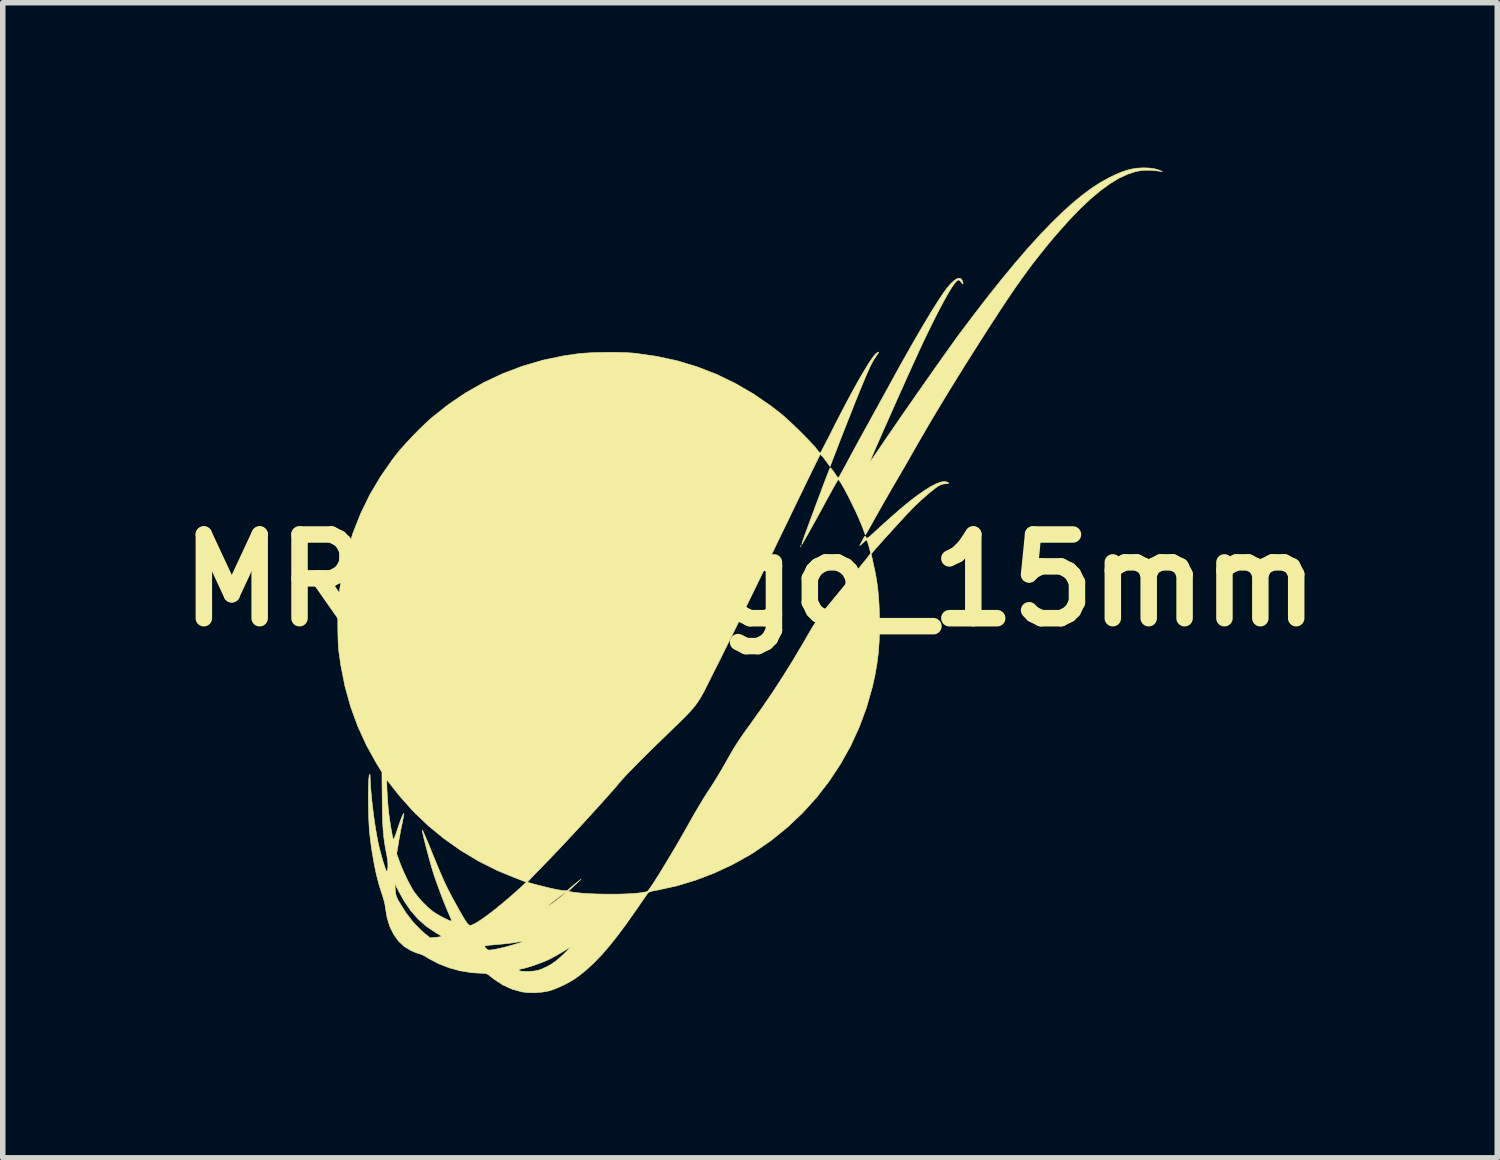
<source format=kicad_pcb>
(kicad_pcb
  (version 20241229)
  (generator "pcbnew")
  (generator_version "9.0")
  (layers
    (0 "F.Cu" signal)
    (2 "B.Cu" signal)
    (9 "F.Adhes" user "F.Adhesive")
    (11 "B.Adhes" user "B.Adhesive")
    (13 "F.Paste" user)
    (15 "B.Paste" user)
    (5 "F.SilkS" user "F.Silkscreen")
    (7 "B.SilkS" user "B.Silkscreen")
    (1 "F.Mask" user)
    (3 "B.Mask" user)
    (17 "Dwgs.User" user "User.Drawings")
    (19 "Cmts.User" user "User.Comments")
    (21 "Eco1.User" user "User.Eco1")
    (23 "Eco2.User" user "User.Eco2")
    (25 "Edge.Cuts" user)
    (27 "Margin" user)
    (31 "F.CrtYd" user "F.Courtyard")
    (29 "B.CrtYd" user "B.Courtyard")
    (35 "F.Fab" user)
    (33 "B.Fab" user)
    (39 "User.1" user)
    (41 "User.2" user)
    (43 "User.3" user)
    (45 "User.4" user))
  (footprint "MRDT_Logo_15mm"
    (layer "F.Cu")
    (at 10.603 7.514)
    (property "Reference" "MRDT_Logo_15mm" (at 0 0 0) (layer "F.SilkS") (effects (font (size 1.524 1.524) (thickness 0.3))))
    (attr through_hole)
    (fp_poly (pts (xy 0.932 -0.624) (xy 0.924 -0.616) (xy 0.917 -0.624) (xy 0.924 -0.631) (xy 0.932 -0.624)) (stroke (width 0.01) (type solid)) (fill yes) (layer "F.SilkS"))
    (fp_poly (pts (xy 7.268 -7.505) (xy 7.366 -7.491) (xy 7.446 -7.468) (xy 7.458 -7.462) (xy 7.507 -7.44) (xy 7.462 -7.447) (xy 7.305 -7.465) (xy 7.158 -7.464) (xy 7.028 -7.444) (xy 7.023 -7.442) (xy 6.871 -7.392) (xy 6.712 -7.318) (xy 6.547 -7.217) (xy 6.374 -7.091) (xy 6.194 -6.939) (xy 6.004 -6.76) (xy 5.806 -6.554) (xy 5.598 -6.321) (xy 5.494 -6.199) (xy 5.398 -6.083) (xy 5.307 -5.969) (xy 5.218 -5.857) (xy 5.13 -5.744) (xy 5.043 -5.627) (xy 4.954 -5.504) (xy 4.862 -5.375) (xy 4.766 -5.235) (xy 4.664 -5.084) (xy 4.555 -4.919) (xy 4.437 -4.738) (xy 4.309 -4.54) (xy 4.169 -4.321) (xy 4.017 -4.081) (xy 3.889 -3.878) (xy 3.597 -3.407) (xy 3.316 -2.94) (xy 3.05 -2.484) (xy 2.984 -2.367) (xy 2.923 -2.261) (xy 2.854 -2.14) (xy 2.78 -2.012) (xy 2.708 -1.888) (xy 2.645 -1.78) (xy 2.582 -1.673) (xy 2.514 -1.554) (xy 2.444 -1.433) (xy 2.379 -1.318) (xy 2.324 -1.22) (xy 2.322 -1.217) (xy 2.274 -1.132) (xy 2.229 -1.051) (xy 2.19 -0.98) (xy 2.158 -0.925) (xy 2.139 -0.891) (xy 2.138 -0.889) (xy 2.1 -0.825) (xy 2.042 -0.98) (xy 2.011 -1.056) (xy 1.973 -1.144) (xy 1.93 -1.24) (xy 1.882 -1.34) (xy 1.833 -1.44) (xy 1.785 -1.536) (xy 1.738 -1.625) (xy 1.695 -1.702) (xy 1.659 -1.765) (xy 1.63 -1.81) (xy 1.611 -1.832) (xy 1.606 -1.834) (xy 1.596 -1.821) (xy 1.575 -1.786) (xy 1.544 -1.733) (xy 1.507 -1.667) (xy 1.473 -1.604) (xy 1.417 -1.503) (xy 1.358 -1.395) (xy 1.297 -1.283) (xy 1.236 -1.171) (xy 1.176 -1.063) (xy 1.119 -0.96) (xy 1.067 -0.867) (xy 1.022 -0.787) (xy 0.985 -0.723) (xy 0.959 -0.678) (xy 0.945 -0.655) (xy 0.944 -0.654) (xy 0.943 -0.66) (xy 0.951 -0.69) (xy 0.966 -0.738) (xy 0.982 -0.782) (xy 1.019 -0.885) (xy 1.061 -0.999) (xy 1.106 -1.121) (xy 1.153 -1.247) (xy 1.2 -1.374) (xy 1.247 -1.499) (xy 1.292 -1.618) (xy 1.333 -1.73) (xy 1.371 -1.829) (xy 1.404 -1.914) (xy 1.429 -1.981) (xy 1.448 -2.026) (xy 1.457 -2.047) (xy 1.457 -2.049) (xy 1.47 -2.043) (xy 1.494 -2.016) (xy 1.524 -1.975) (xy 1.533 -1.962) (xy 1.564 -1.916) (xy 1.589 -1.881) (xy 1.605 -1.865) (xy 1.606 -1.864) (xy 1.616 -1.877) (xy 1.637 -1.912) (xy 1.668 -1.967) (xy 1.707 -2.037) (xy 1.751 -2.118) (xy 1.773 -2.16) (xy 1.826 -2.258) (xy 1.889 -2.375) (xy 1.958 -2.502) (xy 2.029 -2.632) (xy 2.098 -2.757) (xy 2.14 -2.832) (xy 2.2 -2.942) (xy 2.271 -3.071) (xy 2.349 -3.212) (xy 2.43 -3.359) (xy 2.51 -3.505) (xy 2.585 -3.642) (xy 2.611 -3.69) (xy 2.733 -3.911) (xy 2.853 -4.124) (xy 2.969 -4.328) (xy 3.08 -4.521) (xy 3.186 -4.699) (xy 3.284 -4.862) (xy 3.373 -5.006) (xy 3.452 -5.129) (xy 3.521 -5.231) (xy 3.572 -5.302) (xy 3.644 -5.389) (xy 3.709 -5.451) (xy 3.764 -5.489) (xy 3.81 -5.501) (xy 3.844 -5.486) (xy 3.86 -5.463) (xy 3.875 -5.422) (xy 3.878 -5.399) (xy 3.869 -5.396) (xy 3.851 -5.417) (xy 3.847 -5.423) (xy 3.818 -5.458) (xy 3.791 -5.468) (xy 3.791 -5.468) (xy 3.763 -5.45) (xy 3.723 -5.405) (xy 3.674 -5.334) (xy 3.614 -5.237) (xy 3.546 -5.116) (xy 3.468 -4.972) (xy 3.381 -4.804) (xy 3.287 -4.615) (xy 3.185 -4.405) (xy 3.149 -4.329) (xy 3.113 -4.252) (xy 3.069 -4.158) (xy 3.019 -4.047) (xy 2.962 -3.924) (xy 2.902 -3.789) (xy 2.837 -3.647) (xy 2.771 -3.498) (xy 2.702 -3.346) (xy 2.634 -3.193) (xy 2.567 -3.042) (xy 2.502 -2.895) (xy 2.439 -2.754) (xy 2.381 -2.622) (xy 2.329 -2.502) (xy 2.282 -2.396) (xy 2.244 -2.306) (xy 2.213 -2.235) (xy 2.193 -2.185) (xy 2.183 -2.159) (xy 2.182 -2.156) (xy 2.192 -2.167) (xy 2.215 -2.199) (xy 2.251 -2.25) (xy 2.296 -2.316) (xy 2.349 -2.393) (xy 2.39 -2.454) (xy 2.458 -2.554) (xy 2.539 -2.672) (xy 2.63 -2.805) (xy 2.729 -2.949) (xy 2.835 -3.102) (xy 2.946 -3.261) (xy 3.058 -3.422) (xy 3.171 -3.583) (xy 3.282 -3.741) (xy 3.388 -3.893) (xy 3.489 -4.035) (xy 3.582 -4.166) (xy 3.665 -4.282) (xy 3.735 -4.38) (xy 3.791 -4.457) (xy 3.807 -4.479) (xy 4.082 -4.844) (xy 4.343 -5.182) (xy 4.593 -5.495) (xy 4.831 -5.782) (xy 5.058 -6.045) (xy 5.274 -6.284) (xy 5.481 -6.499) (xy 5.678 -6.692) (xy 5.866 -6.862) (xy 6.047 -7.011) (xy 6.219 -7.139) (xy 6.385 -7.246) (xy 6.544 -7.333) (xy 6.545 -7.334) (xy 6.664 -7.391) (xy 6.765 -7.433) (xy 6.856 -7.464) (xy 6.944 -7.486) (xy 7.036 -7.501) (xy 7.052 -7.503) (xy 7.16 -7.509) (xy 7.268 -7.505)) (stroke (width 0.01) (type solid)) (fill yes) (layer "F.SilkS"))
    (fp_poly (pts (xy 2.342 -4.154) (xy 2.334 -4.136) (xy 2.308 -4.098) (xy 2.294 -4.077) (xy 2.266 -4.036) (xy 2.239 -3.992) (xy 2.211 -3.94) (xy 2.18 -3.877) (xy 2.145 -3.799) (xy 2.103 -3.703) (xy 2.054 -3.585) (xy 2.01 -3.479) (xy 1.973 -3.387) (xy 1.926 -3.272) (xy 1.873 -3.139) (xy 1.816 -2.993) (xy 1.755 -2.84) (xy 1.694 -2.684) (xy 1.634 -2.531) (xy 1.578 -2.385) (xy 1.526 -2.252) (xy 1.482 -2.137) (xy 1.474 -2.114) (xy 1.457 -2.071) (xy 1.373 -2.186) (xy 1.336 -2.235) (xy 1.304 -2.27) (xy 1.283 -2.289) (xy 1.277 -2.289) (xy 1.269 -2.274) (xy 1.248 -2.234) (xy 1.217 -2.171) (xy 1.176 -2.088) (xy 1.127 -1.987) (xy 1.07 -1.871) (xy 1.007 -1.741) (xy 0.939 -1.6) (xy 0.866 -1.45) (xy 0.837 -1.39) (xy 0.671 -1.045) (xy 0.516 -0.726) (xy 0.373 -0.43) (xy 0.239 -0.155) (xy 0.115 0.1) (xy -0.000408 0.337) (xy -0.109 0.558) (xy -0.21 0.765) (xy -0.306 0.96) (xy -0.398 1.144) (xy -0.485 1.32) (xy -0.57 1.49) (xy -0.618 1.586) (xy -0.684 1.716) (xy -0.74 1.829) (xy -0.788 1.925) (xy -0.83 2.009) (xy -0.87 2.082) (xy -0.907 2.146) (xy -0.945 2.206) (xy -0.985 2.262) (xy -1.03 2.318) (xy -1.08 2.377) (xy -1.14 2.44) (xy -1.209 2.511) (xy -1.291 2.592) (xy -1.387 2.685) (xy -1.499 2.794) (xy -1.63 2.921) (xy -1.691 2.98) (xy -1.801 3.087) (xy -1.908 3.194) (xy -2.011 3.296) (xy -2.105 3.392) (xy -2.189 3.477) (xy -2.259 3.55) (xy -2.312 3.608) (xy -2.344 3.643) (xy -2.428 3.743) (xy -2.531 3.861) (xy -2.649 3.994) (xy -2.779 4.138) (xy -2.918 4.291) (xy -3.063 4.449) (xy -3.211 4.609) (xy -3.358 4.767) (xy -3.503 4.921) (xy -3.642 5.066) (xy -3.772 5.2) (xy -3.793 5.222) (xy -3.865 5.296) (xy -3.929 5.362) (xy -3.983 5.418) (xy -4.023 5.46) (xy -4.048 5.487) (xy -4.054 5.494) (xy -4.035 5.501) (xy -3.993 5.513) (xy -3.934 5.529) (xy -3.863 5.547) (xy -3.786 5.567) (xy -3.709 5.586) (xy -3.638 5.603) (xy -3.579 5.616) (xy -3.557 5.621) (xy -3.46 5.639) (xy -3.39 5.649) (xy -3.344 5.65) (xy -3.319 5.643) (xy -3.316 5.639) (xy -3.301 5.625) (xy -3.269 5.596) (xy -3.224 5.559) (xy -3.191 5.532) (xy -3.074 5.438) (xy -3.192 5.55) (xy -3.311 5.662) (xy -3.26 5.671) (xy -3.169 5.684) (xy -3.061 5.695) (xy -2.939 5.703) (xy -2.807 5.709) (xy -2.67 5.712) (xy -2.531 5.713) (xy -2.394 5.712) (xy -2.264 5.708) (xy -2.145 5.702) (xy -2.041 5.694) (xy -1.956 5.683) (xy -1.894 5.671) (xy -1.867 5.661) (xy -1.85 5.643) (xy -1.82 5.602) (xy -1.778 5.54) (xy -1.726 5.46) (xy -1.665 5.364) (xy -1.598 5.255) (xy -1.526 5.137) (xy -1.45 5.01) (xy -1.372 4.879) (xy -1.294 4.746) (xy -1.218 4.613) (xy -1.144 4.483) (xy -1.104 4.411) (xy -1.041 4.299) (xy -0.973 4.182) (xy -0.904 4.066) (xy -0.839 3.959) (xy -0.78 3.866) (xy -0.743 3.81) (xy -0.688 3.725) (xy -0.623 3.622) (xy -0.555 3.51) (xy -0.488 3.396) (xy -0.427 3.288) (xy -0.421 3.277) (xy -0.346 3.145) (xy -0.273 3.023) (xy -0.195 2.903) (xy -0.109 2.777) (xy -0.009 2.639) (xy 0.203 2.342) (xy 0.404 2.049) (xy 0.597 1.752) (xy 0.789 1.444) (xy 0.982 1.118) (xy 1.072 0.962) (xy 1.126 0.869) (xy 1.176 0.789) (xy 1.224 0.715) (xy 1.277 0.642) (xy 1.338 0.562) (xy 1.412 0.47) (xy 1.465 0.406) (xy 1.538 0.317) (xy 1.61 0.229) (xy 1.678 0.147) (xy 1.737 0.074) (xy 1.784 0.017) (xy 1.803 -0.008) (xy 1.85 -0.065) (xy 1.909 -0.137) (xy 1.974 -0.215) (xy 2.037 -0.29) (xy 2.047 -0.302) (xy 2.098 -0.365) (xy 2.142 -0.419) (xy 2.174 -0.463) (xy 2.192 -0.49) (xy 2.194 -0.496) (xy 2.19 -0.519) (xy 2.18 -0.56) (xy 2.166 -0.61) (xy 2.151 -0.662) (xy 2.137 -0.705) (xy 2.127 -0.732) (xy 2.125 -0.736) (xy 2.112 -0.729) (xy 2.083 -0.707) (xy 2.048 -0.675) (xy 2.014 -0.644) (xy 1.998 -0.634) (xy 2.001 -0.645) (xy 2.002 -0.646) (xy 2.023 -0.683) (xy 2.048 -0.731) (xy 2.059 -0.751) (xy 2.079 -0.789) (xy 2.092 -0.804) (xy 2.102 -0.799) (xy 2.11 -0.784) (xy 2.118 -0.772) (xy 2.129 -0.768) (xy 2.145 -0.774) (xy 2.171 -0.793) (xy 2.211 -0.828) (xy 2.268 -0.88) (xy 2.278 -0.889) (xy 2.448 -1.044) (xy 2.599 -1.179) (xy 2.734 -1.296) (xy 2.856 -1.398) (xy 2.965 -1.485) (xy 3.065 -1.559) (xy 3.157 -1.623) (xy 3.164 -1.628) (xy 3.286 -1.704) (xy 3.391 -1.758) (xy 3.477 -1.79) (xy 3.545 -1.799) (xy 3.594 -1.787) (xy 3.6 -1.783) (xy 3.616 -1.768) (xy 3.613 -1.762) (xy 3.586 -1.759) (xy 3.561 -1.759) (xy 3.494 -1.749) (xy 3.428 -1.717) (xy 3.425 -1.715) (xy 3.372 -1.678) (xy 3.304 -1.624) (xy 3.226 -1.559) (xy 3.143 -1.486) (xy 3.062 -1.412) (xy 2.987 -1.34) (xy 2.931 -1.283) (xy 2.884 -1.234) (xy 2.826 -1.171) (xy 2.758 -1.097) (xy 2.683 -1.016) (xy 2.606 -0.931) (xy 2.529 -0.846) (xy 2.454 -0.764) (xy 2.386 -0.688) (xy 2.327 -0.622) (xy 2.28 -0.569) (xy 2.249 -0.533) (xy 2.239 -0.521) (xy 2.206 -0.479) (xy 2.246 -0.296) (xy 2.28 -0.137) (xy 2.306 0.009) (xy 2.325 0.149) (xy 2.339 0.293) (xy 2.349 0.449) (xy 2.355 0.626) (xy 2.355 0.648) (xy 2.357 0.892) (xy 2.351 1.115) (xy 2.335 1.325) (xy 2.309 1.528) (xy 2.273 1.734) (xy 2.225 1.948) (xy 2.121 2.314) (xy 1.989 2.67) (xy 1.832 3.013) (xy 1.648 3.342) (xy 1.441 3.656) (xy 1.21 3.954) (xy 0.957 4.234) (xy 0.682 4.494) (xy 0.388 4.733) (xy 0.075 4.949) (xy -0.017 5.006) (xy -0.329 5.179) (xy -0.655 5.33) (xy -0.99 5.458) (xy -1.33 5.561) (xy -1.67 5.636) (xy -1.706 5.642) (xy -1.785 5.658) (xy -1.836 5.675) (xy -1.86 5.692) (xy -1.874 5.712) (xy -1.902 5.752) (xy -1.942 5.81) (xy -1.991 5.881) (xy -2.047 5.963) (xy -2.092 6.027) (xy -2.257 6.261) (xy -2.412 6.469) (xy -2.559 6.654) (xy -2.699 6.816) (xy -2.835 6.957) (xy -2.968 7.081) (xy -3.1 7.188) (xy -3.199 7.259) (xy -3.287 7.312) (xy -3.388 7.365) (xy -3.492 7.413) (xy -3.591 7.452) (xy -3.668 7.476) (xy -3.791 7.497) (xy -3.925 7.507) (xy -4.055 7.504) (xy -4.151 7.492) (xy -4.329 7.443) (xy -4.5 7.365) (xy -4.663 7.258) (xy -4.719 7.213) (xy -4.763 7.179) (xy -4.798 7.161) (xy -4.839 7.155) (xy -4.867 7.154) (xy -5.069 7.142) (xy -5.273 7.108) (xy -5.322 7.095) (xy -4.211 7.095) (xy -4.19 7.108) (xy -4.171 7.114) (xy -4.142 7.117) (xy -4.093 7.119) (xy -4.032 7.119) (xy -4.013 7.118) (xy -3.925 7.112) (xy -3.853 7.097) (xy -3.791 7.076) (xy -3.689 7.029) (xy -3.598 6.976) (xy -3.51 6.911) (xy -3.416 6.827) (xy -3.383 6.795) (xy -3.334 6.746) (xy -3.297 6.708) (xy -3.276 6.684) (xy -3.273 6.677) (xy -3.276 6.679) (xy -3.432 6.775) (xy -3.566 6.852) (xy -3.68 6.91) (xy -3.686 6.913) (xy -3.766 6.947) (xy -3.859 6.982) (xy -3.955 7.016) (xy -4.045 7.044) (xy -4.123 7.065) (xy -4.163 7.073) (xy -4.202 7.083) (xy -4.211 7.095) (xy -5.322 7.095) (xy -5.474 7.054) (xy -5.663 6.981) (xy -5.835 6.892) (xy -5.88 6.864) (xy -5.931 6.834) (xy -5.982 6.81) (xy -6.012 6.801) (xy -6.051 6.789) (xy -6.106 6.768) (xy -6.166 6.742) (xy -6.175 6.738) (xy -6.295 6.665) (xy -6.295 6.665) (xy -4.831 6.665) (xy -4.826 6.676) (xy -4.812 6.693) (xy -4.809 6.696) (xy -4.79 6.715) (xy -4.772 6.726) (xy -4.747 6.731) (xy -4.711 6.728) (xy -4.658 6.72) (xy -4.582 6.705) (xy -4.574 6.703) (xy -4.513 6.689) (xy -4.443 6.672) (xy -4.369 6.652) (xy -4.297 6.631) (xy -4.232 6.612) (xy -4.181 6.594) (xy -4.147 6.581) (xy -4.137 6.574) (xy -4.137 6.574) (xy -4.153 6.574) (xy -4.192 6.578) (xy -4.246 6.587) (xy -4.269 6.591) (xy -4.334 6.601) (xy -4.419 6.611) (xy -4.511 6.621) (xy -4.599 6.629) (xy -4.691 6.637) (xy -4.757 6.643) (xy -4.8 6.649) (xy -4.824 6.656) (xy -4.831 6.665) (xy -6.295 6.665) (xy -6.399 6.567) (xy -6.486 6.446) (xy -6.556 6.305) (xy -6.606 6.144) (xy -6.636 5.966) (xy -6.637 5.954) (xy -6.648 5.89) (xy -6.667 5.813) (xy -6.689 5.74) (xy -6.692 5.734) (xy -6.75 5.553) (xy -6.758 5.523) (xy -6.465 5.523) (xy -6.458 5.631) (xy -6.452 5.696) (xy -6.438 5.75) (xy -6.414 5.806) (xy -6.395 5.841) (xy -6.267 6.048) (xy -6.128 6.228) (xy -5.977 6.382) (xy -5.914 6.435) (xy -5.824 6.508) (xy -5.726 6.499) (xy -5.675 6.494) (xy -5.638 6.488) (xy -5.622 6.484) (xy -5.619 6.48) (xy -5.622 6.474) (xy -5.636 6.464) (xy -5.665 6.446) (xy -5.714 6.417) (xy -5.726 6.41) (xy -5.891 6.299) (xy -6.038 6.17) (xy -6.171 6.019) (xy -6.292 5.844) (xy -6.39 5.67) (xy -6.465 5.523) (xy -6.758 5.523) (xy -6.804 5.345) (xy -6.851 5.115) (xy -6.892 4.866) (xy -6.923 4.614) (xy -6.93 4.535) (xy -6.936 4.44) (xy -6.941 4.331) (xy -6.944 4.215) (xy -6.947 4.096) (xy -6.948 3.977) (xy -6.947 3.865) (xy -6.946 3.762) (xy -6.943 3.675) (xy -6.939 3.607) (xy -6.933 3.563) (xy -6.931 3.554) (xy -6.923 3.532) (xy -6.918 3.531) (xy -6.916 3.554) (xy -6.915 3.592) (xy -6.91 3.711) (xy -6.899 3.853) (xy -6.884 4.011) (xy -6.865 4.176) (xy -6.843 4.344) (xy -6.819 4.505) (xy -6.793 4.655) (xy -6.768 4.785) (xy -6.755 4.84) (xy -6.732 4.931) (xy -6.708 5.022) (xy -6.684 5.106) (xy -6.661 5.18) (xy -6.641 5.24) (xy -6.625 5.281) (xy -6.614 5.298) (xy -6.613 5.298) (xy -6.599 5.273) (xy -6.592 5.226) (xy -6.592 5.16) (xy -6.599 5.083) (xy -6.613 4.999) (xy -6.613 4.996) (xy -6.635 4.884) (xy -6.653 4.777) (xy -6.667 4.669) (xy -6.678 4.556) (xy -6.686 4.433) (xy -6.691 4.294) (xy -6.695 4.134) (xy -6.696 3.983) (xy -6.699 3.69) (xy -6.612 3.69) (xy -6.611 3.749) (xy -6.608 3.821) (xy -6.604 3.903) (xy -6.598 3.989) (xy -6.592 4.073) (xy -6.586 4.151) (xy -6.582 4.193) (xy -6.573 4.264) (xy -6.562 4.345) (xy -6.549 4.43) (xy -6.536 4.514) (xy -6.522 4.59) (xy -6.51 4.654) (xy -6.5 4.698) (xy -6.494 4.715) (xy -6.486 4.709) (xy -6.471 4.679) (xy -6.452 4.63) (xy -6.429 4.566) (xy -6.427 4.558) (xy -6.393 4.457) (xy -6.363 4.372) (xy -6.337 4.306) (xy -6.317 4.263) (xy -6.305 4.244) (xy -6.302 4.244) (xy -6.302 4.26) (xy -6.308 4.3) (xy -6.319 4.357) (xy -6.333 4.427) (xy -6.334 4.434) (xy -6.354 4.528) (xy -6.374 4.635) (xy -6.393 4.739) (xy -6.402 4.796) (xy -6.432 4.976) (xy -6.386 5.107) (xy -6.348 5.207) (xy -6.3 5.318) (xy -6.248 5.429) (xy -6.195 5.534) (xy -6.144 5.624) (xy -6.116 5.668) (xy -6.044 5.763) (xy -5.957 5.861) (xy -5.864 5.952) (xy -5.774 6.027) (xy -5.761 6.036) (xy -5.716 6.066) (xy -5.66 6.099) (xy -5.599 6.132) (xy -5.54 6.162) (xy -5.489 6.186) (xy -5.451 6.201) (xy -5.432 6.203) (xy -5.432 6.203) (xy -5.434 6.188) (xy -5.447 6.152) (xy -5.468 6.103) (xy -5.473 6.093) (xy -5.517 5.991) (xy -5.567 5.869) (xy -5.619 5.735) (xy -5.67 5.598) (xy -5.717 5.468) (xy -5.757 5.351) (xy -5.771 5.305) (xy -5.796 5.222) (xy -5.823 5.127) (xy -5.851 5.026) (xy -5.878 4.924) (xy -5.904 4.825) (xy -5.927 4.734) (xy -5.945 4.656) (xy -5.959 4.595) (xy -5.966 4.556) (xy -5.966 4.548) (xy -5.961 4.554) (xy -5.945 4.584) (xy -5.922 4.637) (xy -5.891 4.709) (xy -5.854 4.796) (xy -5.812 4.897) (xy -5.781 4.975) (xy -5.715 5.137) (xy -5.657 5.276) (xy -5.604 5.398) (xy -5.555 5.507) (xy -5.506 5.609) (xy -5.455 5.709) (xy -5.4 5.812) (xy -5.338 5.924) (xy -5.332 5.936) (xy -5.272 6.042) (xy -5.224 6.125) (xy -5.186 6.187) (xy -5.157 6.23) (xy -5.133 6.259) (xy -5.114 6.275) (xy -5.097 6.282) (xy -5.089 6.282) (xy -5.062 6.274) (xy -5.017 6.253) (xy -4.962 6.221) (xy -4.92 6.195) (xy -4.859 6.153) (xy -4.783 6.098) (xy -4.701 6.036) (xy -4.621 5.974) (xy -4.599 5.956) (xy -4.585 5.944) (xy -3.712 5.944) (xy -3.705 5.952) (xy -3.697 5.944) (xy -3.705 5.937) (xy -3.712 5.944) (xy -4.585 5.944) (xy -4.569 5.931) (xy -3.682 5.931) (xy -3.671 5.929) (xy -3.636 5.907) (xy -3.579 5.866) (xy -3.5 5.806) (xy -3.46 5.775) (xy -3.409 5.734) (xy -3.37 5.701) (xy -3.346 5.678) (xy -3.342 5.671) (xy -3.355 5.677) (xy -3.386 5.699) (xy -3.431 5.731) (xy -3.483 5.77) (xy -3.538 5.812) (xy -3.591 5.853) (xy -3.636 5.889) (xy -3.668 5.916) (xy -3.682 5.931) (xy -3.682 5.931) (xy -4.569 5.931) (xy -4.534 5.903) (xy -4.463 5.843) (xy -4.389 5.78) (xy -4.316 5.717) (xy -4.247 5.655) (xy -4.185 5.6) (xy -4.134 5.553) (xy -4.097 5.517) (xy -4.078 5.497) (xy -4.076 5.493) (xy -4.091 5.486) (xy -4.129 5.472) (xy -4.183 5.451) (xy -4.25 5.426) (xy -4.253 5.425) (xy -4.603 5.281) (xy -4.941 5.111) (xy -5.265 4.917) (xy -5.572 4.7) (xy -5.862 4.462) (xy -6.131 4.204) (xy -6.377 3.928) (xy -6.515 3.754) (xy -6.553 3.704) (xy -6.584 3.665) (xy -6.604 3.641) (xy -6.61 3.637) (xy -6.612 3.651) (xy -6.612 3.69) (xy -6.699 3.69) (xy -6.7 3.494) (xy -6.801 3.329) (xy -6.984 2.999) (xy -7.141 2.655) (xy -7.271 2.298) (xy -7.374 1.927) (xy -7.45 1.542) (xy -7.487 1.278) (xy -7.494 1.194) (xy -7.499 1.087) (xy -7.502 0.964) (xy -7.504 0.831) (xy -7.504 0.696) (xy -7.501 0.566) (xy -7.498 0.446) (xy -7.492 0.345) (xy -7.487 0.286) (xy -7.428 -0.109) (xy -7.342 -0.491) (xy -7.229 -0.859) (xy -7.088 -1.215) (xy -6.921 -1.558) (xy -6.726 -1.887) (xy -6.505 -2.205) (xy -6.419 -2.315) (xy -6.343 -2.406) (xy -6.249 -2.51) (xy -6.146 -2.62) (xy -6.038 -2.73) (xy -5.933 -2.833) (xy -5.836 -2.923) (xy -5.794 -2.96) (xy -5.492 -3.2) (xy -5.174 -3.415) (xy -4.842 -3.603) (xy -4.496 -3.765) (xy -4.138 -3.9) (xy -3.77 -4.008) (xy -3.391 -4.087) (xy -3.119 -4.126) (xy -3.007 -4.136) (xy -2.873 -4.144) (xy -2.726 -4.148) (xy -2.574 -4.15) (xy -2.423 -4.15) (xy -2.281 -4.146) (xy -2.158 -4.139) (xy -2.097 -4.134) (xy -1.707 -4.079) (xy -1.33 -3.998) (xy -0.965 -3.888) (xy -0.611 -3.751) (xy -0.268 -3.585) (xy 0.064 -3.392) (xy 0.385 -3.171) (xy 0.556 -3.038) (xy 0.622 -2.983) (xy 0.7 -2.912) (xy 0.786 -2.831) (xy 0.876 -2.745) (xy 0.965 -2.657) (xy 1.048 -2.572) (xy 1.121 -2.495) (xy 1.18 -2.43) (xy 1.21 -2.393) (xy 1.242 -2.354) (xy 1.266 -2.325) (xy 1.278 -2.315) (xy 1.286 -2.328) (xy 1.306 -2.365) (xy 1.336 -2.422) (xy 1.375 -2.496) (xy 1.421 -2.585) (xy 1.472 -2.685) (xy 1.506 -2.754) (xy 1.614 -2.966) (xy 1.718 -3.166) (xy 1.817 -3.351) (xy 1.909 -3.521) (xy 1.995 -3.674) (xy 2.074 -3.808) (xy 2.143 -3.922) (xy 2.203 -4.014) (xy 2.253 -4.083) (xy 2.291 -4.126) (xy 2.306 -4.139) (xy 2.333 -4.154) (xy 2.342 -4.154)) (stroke (width 0.01) (type solid)) (fill yes) (layer "F.SilkS")))
  (gr_rect
    (start -3 -3)
    (end 24.205 18.026)
    (stroke (width 0.1) (type default))
    (fill no)
    (layer "Edge.Cuts")))
</source>
